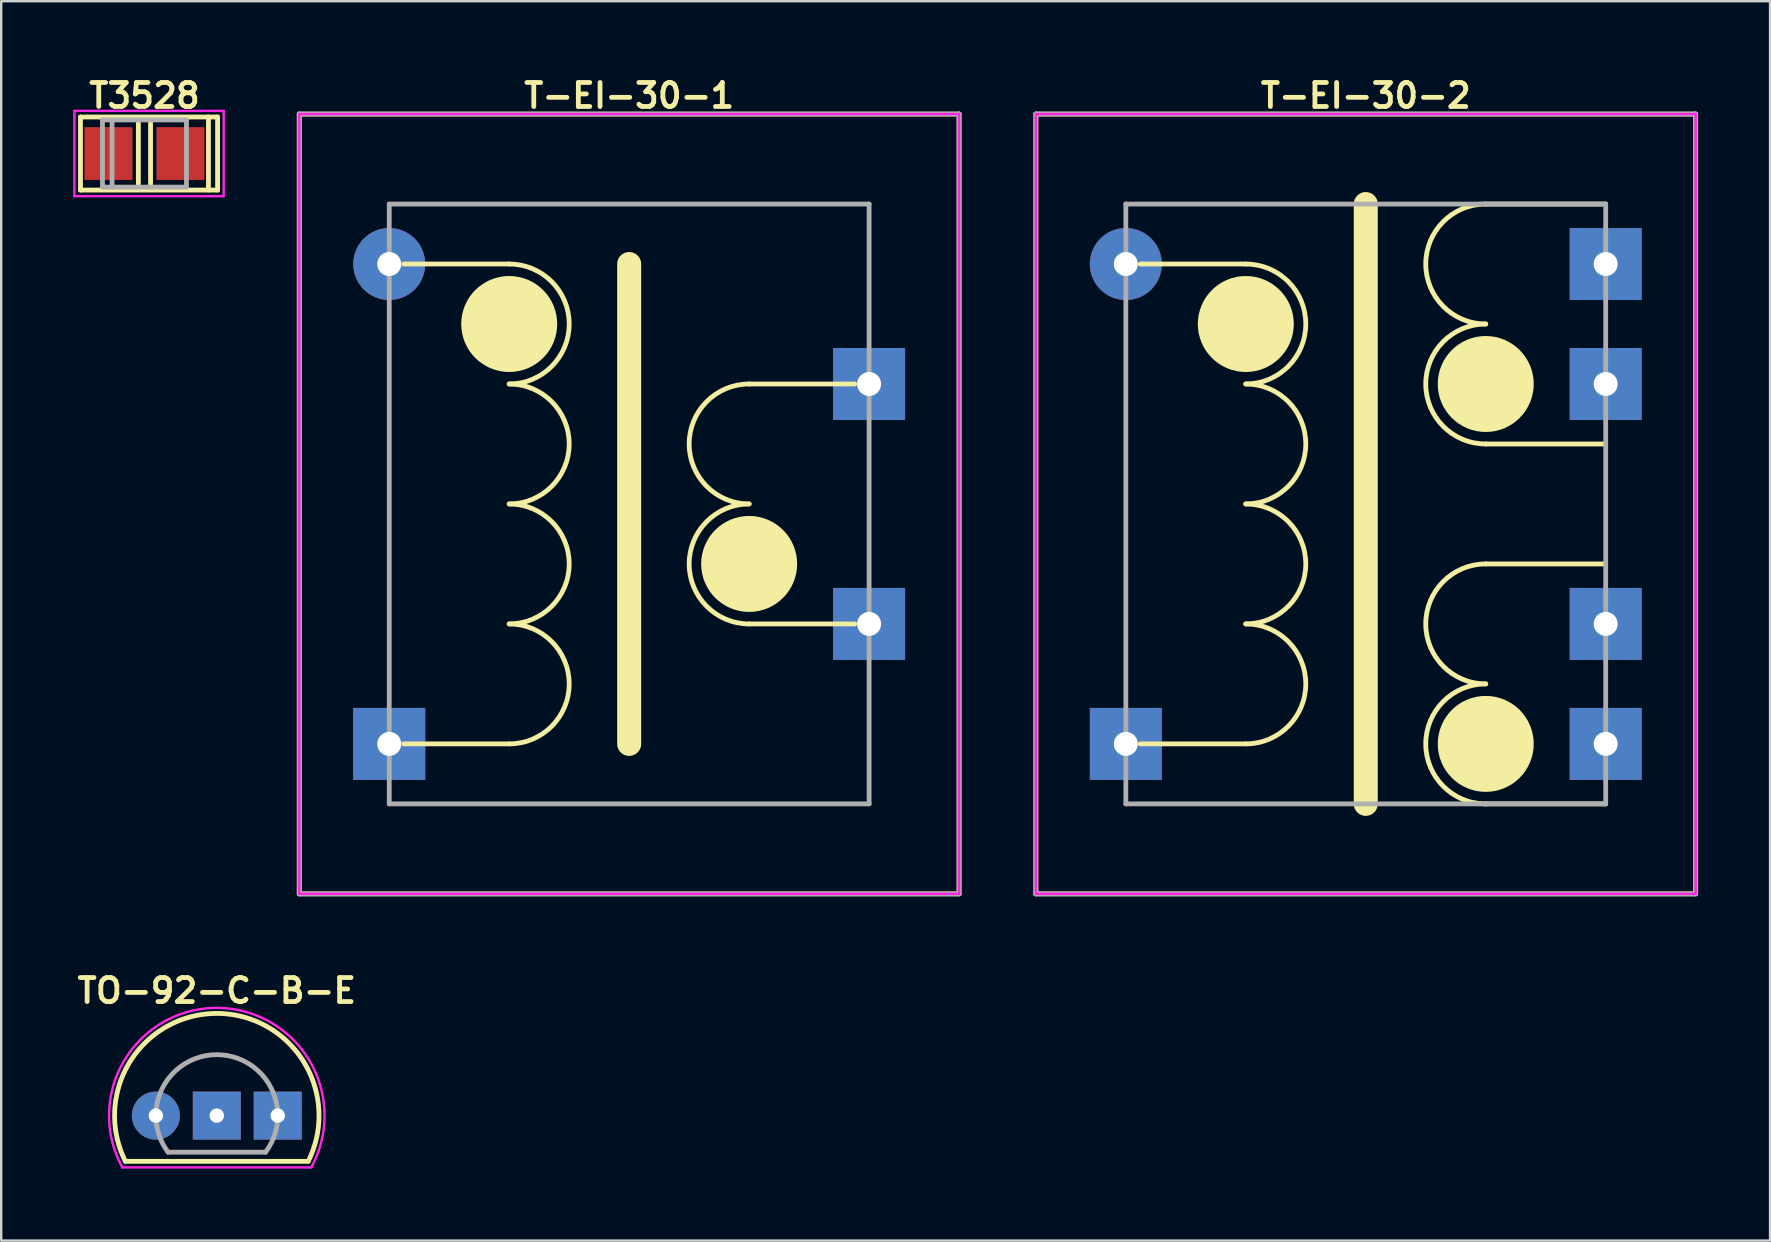
<source format=kicad_pcb>
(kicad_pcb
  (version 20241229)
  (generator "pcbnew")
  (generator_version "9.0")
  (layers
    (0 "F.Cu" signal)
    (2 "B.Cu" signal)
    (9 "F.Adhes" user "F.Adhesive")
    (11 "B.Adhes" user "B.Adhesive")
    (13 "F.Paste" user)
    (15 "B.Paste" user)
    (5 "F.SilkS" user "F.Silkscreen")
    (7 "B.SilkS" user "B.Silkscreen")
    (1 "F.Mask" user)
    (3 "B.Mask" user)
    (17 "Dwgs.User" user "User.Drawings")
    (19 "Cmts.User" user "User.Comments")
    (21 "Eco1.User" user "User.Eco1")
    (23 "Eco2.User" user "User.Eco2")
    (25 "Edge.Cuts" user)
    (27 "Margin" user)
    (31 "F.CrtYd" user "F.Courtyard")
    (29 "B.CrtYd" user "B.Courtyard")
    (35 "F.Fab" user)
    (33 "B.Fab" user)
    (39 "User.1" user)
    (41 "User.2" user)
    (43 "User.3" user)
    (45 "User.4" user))
  (footprint "T3528"
    (layer "F.Cu")
    (at 2.971 3.349)
    (property "Reference" "T3528" (at 0 -2.413 0) (layer "F.SilkS") (effects (font (size 1 1) (thickness 0.2))))
    (attr through_hole)
    (fp_line (start -2.667 -1.524) (end -2.667 1.524) (stroke (width 0.2) (type solid)) (layer "F.SilkS"))
    (fp_line (start -2.667 -1.524) (end 3.048 -1.524) (stroke (width 0.2) (type solid)) (layer "F.SilkS"))
    (fp_line (start -2.667 1.524) (end 3.048 1.524) (stroke (width 0.2) (type solid)) (layer "F.SilkS"))
    (fp_line (start -0.254 -1.27) (end -0.254 1.27) (stroke (width 0.2) (type solid)) (layer "F.SilkS"))
    (fp_line (start 0.254 -1.27) (end 0.254 1.27) (stroke (width 0.2) (type solid)) (layer "F.SilkS"))
    (fp_line (start 2.667 -1.524) (end 2.667 1.524) (stroke (width 0.2) (type solid)) (layer "F.SilkS"))
    (fp_line (start 3.048 -1.524) (end 3.048 1.524) (stroke (width 0.2) (type solid)) (layer "F.SilkS"))
    (fp_line (start -2.921 -1.778) (end -2.921 1.778) (stroke (width 0.1) (type solid)) (layer "F.CrtYd"))
    (fp_line (start -2.921 -1.778) (end 3.302 -1.778) (stroke (width 0.1) (type solid)) (layer "F.CrtYd"))
    (fp_line (start -2.921 1.778) (end 3.302 1.778) (stroke (width 0.1) (type solid)) (layer "F.CrtYd"))
    (fp_line (start 3.302 -1.778) (end 3.302 1.778) (stroke (width 0.1) (type solid)) (layer "F.CrtYd"))
    (fp_line (start -1.75 -1.4) (end -1.75 1.4) (stroke (width 0.2) (type solid)) (layer "F.Fab"))
    (fp_line (start -1.75 -1.4) (end 1.75 -1.4) (stroke (width 0.2) (type solid)) (layer "F.Fab"))
    (fp_line (start -1.75 1.4) (end 1.75 1.4) (stroke (width 0.2) (type solid)) (layer "F.Fab"))
    (fp_line (start -1.35 -1.4) (end -1.35 1.4) (stroke (width 0.2) (type solid)) (layer "F.Fab"))
    (fp_line (start 1.75 -1.4) (end 1.75 1.4) (stroke (width 0.2) (type solid)) (layer "F.Fab"))
    (pad "+" smd rect (at -1.5 0) (size 2 2.2) (layers "F.Cu" "F.Mask" "F.Paste"))
    (pad "-" smd rect (at 1.5 0) (size 2 2.2) (layers "F.Cu" "F.Mask" "F.Paste")))
  (footprint "T-EI-30-2"
    (layer "F.Cu")
    (at 53.873 17.954)
    (property "Reference" "T-EI-30-2" (at 0 -17.018 0) (layer "F.SilkS") (effects (font (size 1 1) (thickness 0.2))))
    (attr through_hole)
    (fp_line (start -13.75 -16.25) (end -13.75 16.25) (stroke (width 0.2) (type solid)) (layer "F.SilkS"))
    (fp_line (start -13.75 -16.25) (end 13.75 -16.25) (stroke (width 0.2) (type solid)) (layer "F.SilkS"))
    (fp_line (start -13.75 16.25) (end 13.75 16.25) (stroke (width 0.2) (type solid)) (layer "F.SilkS"))
    (fp_line (start -9.398 -10) (end -5 -10) (stroke (width 0.2) (type solid)) (layer "F.SilkS"))
    (fp_line (start -9.398 10) (end -5 10) (stroke (width 0.2) (type solid)) (layer "F.SilkS"))
    (fp_line (start 0 -12.5) (end 0 12.5) (stroke (width 1) (type solid)) (layer "F.SilkS"))
    (fp_line (start 5 -12.5) (end 10 -12.5) (stroke (width 0.2) (type solid)) (layer "F.SilkS"))
    (fp_line (start 5 -2.5) (end 10 -2.5) (stroke (width 0.2) (type solid)) (layer "F.SilkS"))
    (fp_line (start 5 2.5) (end 10 2.5) (stroke (width 0.2) (type solid)) (layer "F.SilkS"))
    (fp_line (start 5 12.5) (end 10 12.5) (stroke (width 0.2) (type solid)) (layer "F.SilkS"))
    (fp_line (start 13.75 -16.25) (end 13.75 16.25) (stroke (width 0.2) (type solid)) (layer "F.SilkS"))
    (fp_arc (start -5 -10) (mid -2.5 -7.5) (end -5 -5) (stroke (width 0.2) (type solid)) (layer "F.SilkS"))
    (fp_arc (start -5 -5) (mid -2.5 -2.5) (end -5 0) (stroke (width 0.2) (type solid)) (layer "F.SilkS"))
    (fp_arc (start -5 0) (mid -2.5 2.5) (end -5 5) (stroke (width 0.2) (type solid)) (layer "F.SilkS"))
    (fp_arc (start -5 5) (mid -2.5 7.5) (end -5 10) (stroke (width 0.2) (type solid)) (layer "F.SilkS"))
    (fp_arc (start 5 -7.5) (mid 2.5 -10) (end 5 -12.5) (stroke (width 0.2) (type solid)) (layer "F.SilkS"))
    (fp_arc (start 5 -2.5) (mid 2.5 -5) (end 5 -7.5) (stroke (width 0.2) (type solid)) (layer "F.SilkS"))
    (fp_arc (start 5 7.5) (mid 2.5 5) (end 5 2.5) (stroke (width 0.2) (type solid)) (layer "F.SilkS"))
    (fp_arc (start 5 12.5) (mid 2.5 10) (end 5 7.5) (stroke (width 0.2) (type solid)) (layer "F.SilkS"))
    (fp_circle (center -5 -7.5) (end -5 -7.5) (stroke (width 2) (type solid)) (fill no) (layer "F.SilkS"))
    (fp_circle (center 5 -5) (end 5 -5) (stroke (width 2) (type solid)) (fill no) (layer "F.SilkS"))
    (fp_circle (center 5 10) (end 5 10) (stroke (width 2) (type solid)) (fill no) (layer "F.SilkS"))
    (fp_line (start -13.75 -16.25) (end -13.75 16.25) (stroke (width 0.1) (type solid)) (layer "F.CrtYd"))
    (fp_line (start -13.75 -16.25) (end 13.75 -16.25) (stroke (width 0.1) (type solid)) (layer "F.CrtYd"))
    (fp_line (start -13.75 16.25) (end 13.75 16.25) (stroke (width 0.1) (type solid)) (layer "F.CrtYd"))
    (fp_line (start 13.75 -16.25) (end 13.75 16.25) (stroke (width 0.1) (type solid)) (layer "F.CrtYd"))
    (fp_line (start -13.75 -16.25) (end -13.75 16.25) (stroke (width 0.2) (type solid)) (layer "F.Fab"))
    (fp_line (start -13.75 -16.25) (end 13.75 -16.25) (stroke (width 0.2) (type solid)) (layer "F.Fab"))
    (fp_line (start -13.75 16.25) (end 13.75 16.25) (stroke (width 0.2) (type solid)) (layer "F.Fab"))
    (fp_line (start -10 -12.5) (end -10 12.5) (stroke (width 0.2) (type solid)) (layer "F.Fab"))
    (fp_line (start -10 -12.5) (end 10 -12.5) (stroke (width 0.2) (type solid)) (layer "F.Fab"))
    (fp_line (start -10 12.5) (end 10 12.5) (stroke (width 0.2) (type solid)) (layer "F.Fab"))
    (fp_line (start 10 -12.5) (end 10 12.5) (stroke (width 0.2) (type solid)) (layer "F.Fab"))
    (fp_line (start 13.75 -16.25) (end 13.75 16.25) (stroke (width 0.2) (type solid)) (layer "F.Fab"))
    (pad "1+" thru_hole circle (at -10 -10) (size 3 3) (drill 1) (layers "B.Cu" "B.Mask"))
    (pad "1-" thru_hole rect (at -10 10) (size 3 3) (drill 1) (layers "B.Cu" "B.Mask"))
    (pad "2+" thru_hole rect (at 10 10) (size 3 3) (drill 1) (layers "B.Cu" "B.Mask"))
    (pad "2-" thru_hole rect (at 10 5) (size 3 3) (drill 1) (layers "B.Cu" "B.Mask"))
    (pad "3+" thru_hole rect (at 10 -5) (size 3 3) (drill 1) (layers "B.Cu" "B.Mask"))
    (pad "3-" thru_hole rect (at 10 -10) (size 3 3) (drill 1) (layers "B.Cu" "B.Mask")))
  (footprint "T-EI-30-1"
    (layer "F.Cu")
    (at 23.173 17.954)
    (property "Reference" "T-EI-30-1" (at 0 -17.018 0) (layer "F.SilkS") (effects (font (size 1 1) (thickness 0.2))))
    (attr through_hole)
    (fp_line (start -13.75 -16.25) (end -13.75 16.25) (stroke (width 0.2) (type solid)) (layer "F.SilkS"))
    (fp_line (start -13.75 -16.25) (end 13.75 -16.25) (stroke (width 0.2) (type solid)) (layer "F.SilkS"))
    (fp_line (start -13.75 16.25) (end 13.75 16.25) (stroke (width 0.2) (type solid)) (layer "F.SilkS"))
    (fp_line (start -9.398 -10) (end -5 -10) (stroke (width 0.2) (type solid)) (layer "F.SilkS"))
    (fp_line (start -9.398 10) (end -5 10) (stroke (width 0.2) (type solid)) (layer "F.SilkS"))
    (fp_line (start 0 -10) (end 0 10) (stroke (width 1) (type solid)) (layer "F.SilkS"))
    (fp_line (start 5 -5) (end 9.398 -5) (stroke (width 0.2) (type solid)) (layer "F.SilkS"))
    (fp_line (start 5 5) (end 9.398 5) (stroke (width 0.2) (type solid)) (layer "F.SilkS"))
    (fp_line (start 13.75 -16.25) (end 13.75 16.25) (stroke (width 0.2) (type solid)) (layer "F.SilkS"))
    (fp_arc (start -5 -10) (mid -2.5 -7.5) (end -5 -5) (stroke (width 0.2) (type solid)) (layer "F.SilkS"))
    (fp_arc (start -5 -5) (mid -2.5 -2.5) (end -5 0) (stroke (width 0.2) (type solid)) (layer "F.SilkS"))
    (fp_arc (start -5 0) (mid -2.5 2.5) (end -5 5) (stroke (width 0.2) (type solid)) (layer "F.SilkS"))
    (fp_arc (start -5 5) (mid -2.5 7.5) (end -5 10) (stroke (width 0.2) (type solid)) (layer "F.SilkS"))
    (fp_arc (start 5 0) (mid 2.5 -2.5) (end 5 -5) (stroke (width 0.2) (type solid)) (layer "F.SilkS"))
    (fp_arc (start 5 5) (mid 2.5 2.5) (end 5 0) (stroke (width 0.2) (type solid)) (layer "F.SilkS"))
    (fp_circle (center -5 -7.5) (end -5 -7.5) (stroke (width 2) (type solid)) (fill no) (layer "F.SilkS"))
    (fp_circle (center 5 2.5) (end 5 2.5) (stroke (width 2) (type solid)) (fill no) (layer "F.SilkS"))
    (fp_line (start -13.75 -16.25) (end -13.75 16.25) (stroke (width 0.1) (type solid)) (layer "F.CrtYd"))
    (fp_line (start -13.75 -16.25) (end 13.75 -16.25) (stroke (width 0.1) (type solid)) (layer "F.CrtYd"))
    (fp_line (start -13.75 16.25) (end 13.75 16.25) (stroke (width 0.1) (type solid)) (layer "F.CrtYd"))
    (fp_line (start 13.75 -16.25) (end 13.75 16.25) (stroke (width 0.1) (type solid)) (layer "F.CrtYd"))
    (fp_line (start -13.75 -16.25) (end -13.75 16.25) (stroke (width 0.2) (type solid)) (layer "F.Fab"))
    (fp_line (start -13.75 -16.25) (end 13.75 -16.25) (stroke (width 0.2) (type solid)) (layer "F.Fab"))
    (fp_line (start -13.75 16.25) (end 13.75 16.25) (stroke (width 0.2) (type solid)) (layer "F.Fab"))
    (fp_line (start -10 -12.5) (end -10 12.5) (stroke (width 0.2) (type solid)) (layer "F.Fab"))
    (fp_line (start -10 -12.5) (end 10 -12.5) (stroke (width 0.2) (type solid)) (layer "F.Fab"))
    (fp_line (start -10 12.5) (end 10 12.5) (stroke (width 0.2) (type solid)) (layer "F.Fab"))
    (fp_line (start 10 -12.5) (end 10 12.5) (stroke (width 0.2) (type solid)) (layer "F.Fab"))
    (fp_line (start 13.75 -16.25) (end 13.75 16.25) (stroke (width 0.2) (type solid)) (layer "F.Fab"))
    (pad "1+" thru_hole circle (at -10 -10) (size 3 3) (drill 1) (layers "B.Cu" "B.Mask"))
    (pad "1-" thru_hole rect (at -10 10) (size 3 3) (drill 1) (layers "B.Cu" "B.Mask"))
    (pad "2+" thru_hole rect (at 10 5) (size 3 3) (drill 1) (layers "B.Cu" "B.Mask"))
    (pad "2-" thru_hole rect (at 10 -5) (size 3 3) (drill 1) (layers "B.Cu" "B.Mask")))
  (footprint "TO-92-C-B-E"
    (layer "F.Cu")
    (at 5.986 43.447)
    (property "Reference" "TO-92-C-B-E" (at 0 -5.207 0) (layer "F.SilkS") (effects (font (size 1 1) (thickness 0.2))))
    (attr through_hole)
    (fp_line (start -3.81 1.905) (end 3.81 1.905) (stroke (width 0.2) (type solid)) (layer "F.SilkS"))
    (fp_arc (start -3.809999 1.905) (mid 0 -4.259709) (end 3.809999 1.904999) (stroke (width 0.2) (type solid)) (layer "F.SilkS"))
    (fp_line (start -3.937 2.159) (end 3.937 2.159) (stroke (width 0.1) (type solid)) (layer "F.CrtYd"))
    (fp_arc (start -3.936999 2.159) (mid 0 -4.490127) (end 3.936999 2.158999) (stroke (width 0.1) (type solid)) (layer "F.CrtYd"))
    (fp_line (start -2.031 1.525) (end 2.031 1.525) (stroke (width 0.2) (type solid)) (layer "F.Fab"))
    (fp_arc (start -2.03125 1.525) (mid 0.000084 -2.54) (end 2.031149 1.525135) (stroke (width 0.2) (type solid)) (layer "F.Fab"))
    (pad "B" thru_hole rect (at 0 0) (size 2 2) (drill 0.6) (layers "*.Cu" "*.Mask"))
    (pad "C" thru_hole circle (at -2.54 0) (size 2 2) (drill 0.6) (layers "*.Cu" "*.Mask"))
    (pad "E" thru_hole rect (at 2.54 0) (size 2 2) (drill 0.6) (layers "*.Cu" "*.Mask")))
  (gr_rect
    (start -3 -3)
    (end 70.723 48.656)
    (stroke (width 0.1) (type default))
    (fill no)
    (layer "Edge.Cuts")))
</source>
